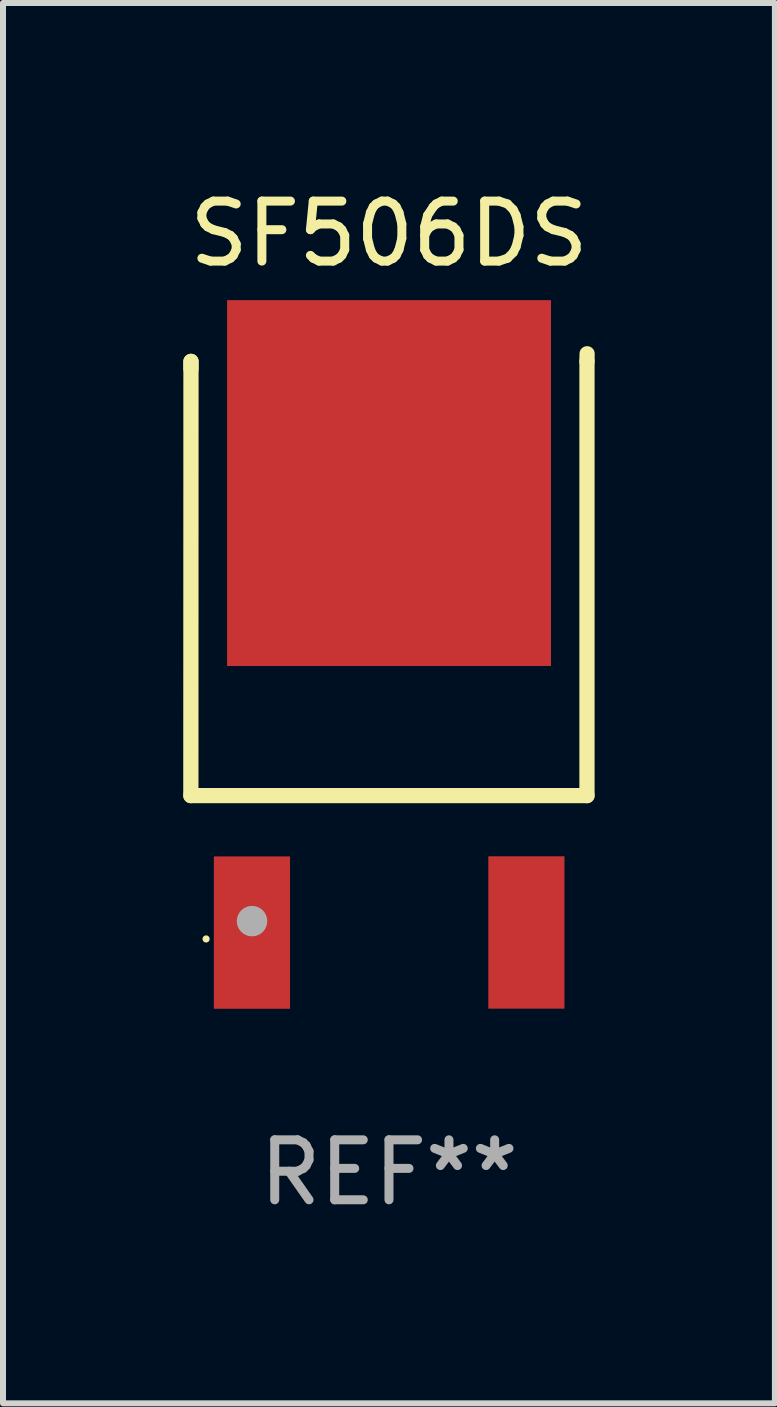
<source format=kicad_pcb>
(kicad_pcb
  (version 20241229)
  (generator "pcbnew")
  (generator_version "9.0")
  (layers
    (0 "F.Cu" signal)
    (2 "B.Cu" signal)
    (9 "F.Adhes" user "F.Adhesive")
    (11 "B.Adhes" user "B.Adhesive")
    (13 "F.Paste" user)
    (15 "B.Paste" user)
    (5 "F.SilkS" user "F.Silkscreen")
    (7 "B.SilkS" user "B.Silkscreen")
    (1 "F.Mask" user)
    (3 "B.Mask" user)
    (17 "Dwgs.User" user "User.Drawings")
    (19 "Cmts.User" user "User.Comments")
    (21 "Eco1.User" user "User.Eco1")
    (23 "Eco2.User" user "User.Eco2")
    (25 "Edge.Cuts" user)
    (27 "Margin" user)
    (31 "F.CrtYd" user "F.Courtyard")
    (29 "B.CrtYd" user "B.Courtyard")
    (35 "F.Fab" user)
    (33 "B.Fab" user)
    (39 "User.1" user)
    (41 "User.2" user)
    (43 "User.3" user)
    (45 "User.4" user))
  (footprint "SF506DS"
    (layer "F.Cu")
    (at 3.435 7.673)
    (property "Reference" "SF506DS" (at 0 -6.825 0) (layer "F.SilkS") (effects (font (size 1 1) (thickness 0.15))))
    (attr through_hole)
    (fp_line (start -3.303 2.541) (end 3.301 2.541) (stroke (width 0.254) (type solid)) (layer "F.SilkS"))
    (fp_line (start -3.301 -4.698) (end -3.303 2.541) (stroke (width 0.254) (type solid)) (layer "F.SilkS"))
    (fp_line (start -3.301 -4.571) (end -3.301 -4.698) (stroke (width 0.254) (type solid)) (layer "F.SilkS"))
    (fp_line (start 3.301 -4.698) (end 3.303 -4.825) (stroke (width 0.254) (type solid)) (layer "F.SilkS"))
    (fp_line (start 3.301 2.541) (end 3.301 -4.698) (stroke (width 0.254) (type solid)) (layer "F.SilkS"))
    (fp_circle (center -3.049 4.931) (end -3.019 4.931) (stroke (width 0.06) (type solid)) (fill no) (layer "F.SilkS"))
    (fp_circle (center -2.283 4.634) (end -2.156 4.634) (stroke (width 0.254) (type solid)) (fill no) (layer "F.Fab"))
    (fp_text user "REF**" (at 0 8.825 0) (layer "F.Fab") (effects (font (size 1 1) (thickness 0.15))))
    (pad "1" smd rect (at -2.285 4.825 270) (size 2.54 1.27) (layers "F.Cu" "F.Mask" "F.Paste"))
    (pad "2" smd rect (at 0.001 -2.669 270) (size 6.1 5.4) (layers "F.Cu" "F.Mask" "F.Paste"))
    (pad "3" smd rect (at 2.291 4.823 270) (size 2.54 1.27) (layers "F.Cu" "F.Mask" "F.Paste")))
  (gr_rect
    (start -3 -3)
    (end 9.869 20.346)
    (stroke (width 0.1) (type default))
    (fill no)
    (layer "Edge.Cuts")))
</source>
